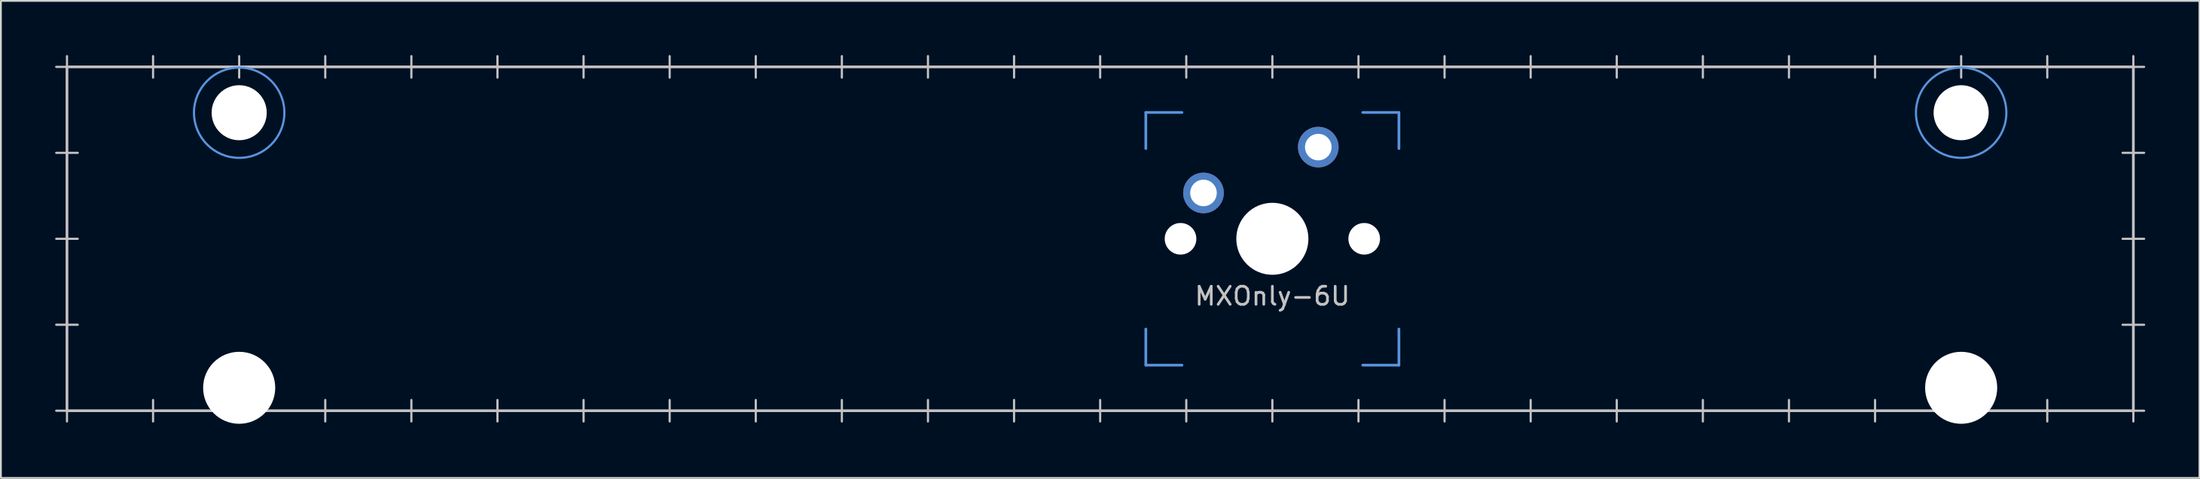
<source format=kicad_pcb>
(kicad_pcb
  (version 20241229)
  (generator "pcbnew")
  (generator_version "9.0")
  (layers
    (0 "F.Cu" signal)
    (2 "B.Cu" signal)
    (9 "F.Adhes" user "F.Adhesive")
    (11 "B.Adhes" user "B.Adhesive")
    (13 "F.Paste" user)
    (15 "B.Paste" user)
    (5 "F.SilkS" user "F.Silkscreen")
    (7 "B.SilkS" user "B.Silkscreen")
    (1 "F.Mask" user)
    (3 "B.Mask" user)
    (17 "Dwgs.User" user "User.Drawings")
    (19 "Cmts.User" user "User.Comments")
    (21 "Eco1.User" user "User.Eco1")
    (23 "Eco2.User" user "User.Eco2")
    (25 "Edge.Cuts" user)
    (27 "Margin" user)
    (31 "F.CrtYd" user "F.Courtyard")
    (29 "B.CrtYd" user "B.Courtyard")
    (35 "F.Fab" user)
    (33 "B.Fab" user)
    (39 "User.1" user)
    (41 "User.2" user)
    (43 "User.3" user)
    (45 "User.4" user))
  (footprint "MXOnly-6U"
    (layer "F.Cu")
    (at 57.805 10.18)
    (property "Reference" "MXOnly-6U" (at 9.525 3.175 0) (layer "Dwgs.User") (effects (font (size 1 1) (thickness 0.15))))
    (attr through_hole)
    (fp_line (start -57.745 -9.525) (end -57.15 -9.525) (stroke (width 0.12) (type solid)) (layer "Dwgs.User"))
    (fp_line (start -57.745 -0.000008) (end -56.555 -0.000008) (stroke (width 0.12) (type solid)) (layer "Dwgs.User"))
    (fp_line (start -57.745 4.762) (end -56.555 4.762) (stroke (width 0.12) (type solid)) (layer "Dwgs.User"))
    (fp_line (start -57.745 9.525) (end -57.15 9.525) (stroke (width 0.12) (type solid)) (layer "Dwgs.User"))
    (fp_line (start -57.15 10.12) (end -57.15 9.525) (stroke (width 0.12) (type solid)) (layer "Dwgs.User"))
    (fp_line (start -57.15 -10.12) (end -57.15 -9.525) (stroke (width 0.12) (type solid)) (layer "Dwgs.User"))
    (fp_line (start -57.15 -9.525) (end 57.15 -9.525) (stroke (width 0.15) (type solid)) (layer "Dwgs.User"))
    (fp_line (start -57.15 9.525) (end -57.15 -9.525) (stroke (width 0.15) (type solid)) (layer "Dwgs.User"))
    (fp_line (start -57.15 9.525) (end 57.15 9.525) (stroke (width 0.15) (type solid)) (layer "Dwgs.User"))
    (fp_line (start -56.555 -4.763) (end -57.745 -4.763) (stroke (width 0.12) (type solid)) (layer "Dwgs.User"))
    (fp_line (start -52.388 8.93) (end -52.388 10.12) (stroke (width 0.12) (type solid)) (layer "Dwgs.User"))
    (fp_line (start -52.388 -10.12) (end -52.388 -8.93) (stroke (width 0.12) (type solid)) (layer "Dwgs.User"))
    (fp_line (start -47.625 8.93) (end -47.625 10.12) (stroke (width 0.12) (type solid)) (layer "Dwgs.User"))
    (fp_line (start -47.625 -10.12) (end -47.625 -8.93) (stroke (width 0.12) (type solid)) (layer "Dwgs.User"))
    (fp_line (start -42.863 10.12) (end -42.863 8.93) (stroke (width 0.12) (type solid)) (layer "Dwgs.User"))
    (fp_line (start -42.863 -8.93) (end -42.863 -10.12) (stroke (width 0.12) (type solid)) (layer "Dwgs.User"))
    (fp_line (start -38.1 8.93) (end -38.1 10.12) (stroke (width 0.12) (type solid)) (layer "Dwgs.User"))
    (fp_line (start -38.1 -10.12) (end -38.1 -8.93) (stroke (width 0.12) (type solid)) (layer "Dwgs.User"))
    (fp_line (start -33.338 10.12) (end -33.338 8.93) (stroke (width 0.12) (type solid)) (layer "Dwgs.User"))
    (fp_line (start -33.338 -8.93) (end -33.338 -10.12) (stroke (width 0.12) (type solid)) (layer "Dwgs.User"))
    (fp_line (start -28.575 8.93) (end -28.575 10.12) (stroke (width 0.12) (type solid)) (layer "Dwgs.User"))
    (fp_line (start -28.575 -10.12) (end -28.575 -8.93) (stroke (width 0.12) (type solid)) (layer "Dwgs.User"))
    (fp_line (start -23.813 10.12) (end -23.813 8.93) (stroke (width 0.12) (type solid)) (layer "Dwgs.User"))
    (fp_line (start -23.813 -8.93) (end -23.813 -10.12) (stroke (width 0.12) (type solid)) (layer "Dwgs.User"))
    (fp_line (start -19.05 8.93) (end -19.05 10.12) (stroke (width 0.12) (type solid)) (layer "Dwgs.User"))
    (fp_line (start -19.05 -10.12) (end -19.05 -8.93) (stroke (width 0.12) (type solid)) (layer "Dwgs.User"))
    (fp_line (start -14.288 10.12) (end -14.288 8.93) (stroke (width 0.12) (type solid)) (layer "Dwgs.User"))
    (fp_line (start -14.288 -8.93) (end -14.288 -10.12) (stroke (width 0.12) (type solid)) (layer "Dwgs.User"))
    (fp_line (start -9.525 8.93) (end -9.525 10.12) (stroke (width 0.12) (type solid)) (layer "Dwgs.User"))
    (fp_line (start -9.525 -10.12) (end -9.525 -8.93) (stroke (width 0.12) (type solid)) (layer "Dwgs.User"))
    (fp_line (start -4.763 10.12) (end -4.763 8.93) (stroke (width 0.12) (type solid)) (layer "Dwgs.User"))
    (fp_line (start -4.763 -8.93) (end -4.763 -10.12) (stroke (width 0.12) (type solid)) (layer "Dwgs.User"))
    (fp_line (start 0 -8.93) (end 0 -10.12) (stroke (width 0.12) (type solid)) (layer "Dwgs.User"))
    (fp_line (start 0 10.12) (end 0 8.93) (stroke (width 0.12) (type solid)) (layer "Dwgs.User"))
    (fp_line (start 4.763 -10.12) (end 4.763 -8.93) (stroke (width 0.12) (type solid)) (layer "Dwgs.User"))
    (fp_line (start 4.763 8.93) (end 4.763 10.12) (stroke (width 0.12) (type solid)) (layer "Dwgs.User"))
    (fp_line (start 9.525 -8.93) (end 9.525 -10.12) (stroke (width 0.12) (type solid)) (layer "Dwgs.User"))
    (fp_line (start 9.525 10.12) (end 9.525 8.93) (stroke (width 0.12) (type solid)) (layer "Dwgs.User"))
    (fp_line (start 14.288 -10.12) (end 14.288 -8.93) (stroke (width 0.12) (type solid)) (layer "Dwgs.User"))
    (fp_line (start 14.288 8.93) (end 14.288 10.12) (stroke (width 0.12) (type solid)) (layer "Dwgs.User"))
    (fp_line (start 19.05 -8.93) (end 19.05 -10.12) (stroke (width 0.12) (type solid)) (layer "Dwgs.User"))
    (fp_line (start 19.05 10.12) (end 19.05 8.93) (stroke (width 0.12) (type solid)) (layer "Dwgs.User"))
    (fp_line (start 23.813 -10.12) (end 23.813 -8.93) (stroke (width 0.12) (type solid)) (layer "Dwgs.User"))
    (fp_line (start 23.813 8.93) (end 23.813 10.12) (stroke (width 0.12) (type solid)) (layer "Dwgs.User"))
    (fp_line (start 28.575 -8.93) (end 28.575 -10.12) (stroke (width 0.12) (type solid)) (layer "Dwgs.User"))
    (fp_line (start 28.575 10.12) (end 28.575 8.93) (stroke (width 0.12) (type solid)) (layer "Dwgs.User"))
    (fp_line (start 33.338 -10.12) (end 33.338 -8.93) (stroke (width 0.12) (type solid)) (layer "Dwgs.User"))
    (fp_line (start 33.338 8.93) (end 33.338 10.12) (stroke (width 0.12) (type solid)) (layer "Dwgs.User"))
    (fp_line (start 38.1 -8.93) (end 38.1 -10.12) (stroke (width 0.12) (type solid)) (layer "Dwgs.User"))
    (fp_line (start 38.1 10.12) (end 38.1 8.93) (stroke (width 0.12) (type solid)) (layer "Dwgs.User"))
    (fp_line (start 42.863 -10.12) (end 42.863 -8.93) (stroke (width 0.12) (type solid)) (layer "Dwgs.User"))
    (fp_line (start 42.863 8.93) (end 42.863 10.12) (stroke (width 0.12) (type solid)) (layer "Dwgs.User"))
    (fp_line (start 47.625 -8.93) (end 47.625 -10.12) (stroke (width 0.12) (type solid)) (layer "Dwgs.User"))
    (fp_line (start 47.625 10.12) (end 47.625 8.93) (stroke (width 0.12) (type solid)) (layer "Dwgs.User"))
    (fp_line (start 52.388 -10.12) (end 52.388 -8.93) (stroke (width 0.12) (type solid)) (layer "Dwgs.User"))
    (fp_line (start 52.388 8.93) (end 52.388 10.12) (stroke (width 0.12) (type solid)) (layer "Dwgs.User"))
    (fp_line (start 56.555 4.763) (end 57.745 4.763) (stroke (width 0.12) (type solid)) (layer "Dwgs.User"))
    (fp_line (start 57.15 -9.525) (end 57.15 9.525) (stroke (width 0.15) (type solid)) (layer "Dwgs.User"))
    (fp_line (start 57.15 10.12) (end 57.15 9.525) (stroke (width 0.12) (type solid)) (layer "Dwgs.User"))
    (fp_line (start 57.15 -10.12) (end 57.15 -9.525) (stroke (width 0.12) (type solid)) (layer "Dwgs.User"))
    (fp_line (start 57.745 -9.525) (end 57.15 -9.525) (stroke (width 0.12) (type solid)) (layer "Dwgs.User"))
    (fp_line (start 57.745 -4.763) (end 56.555 -4.763) (stroke (width 0.12) (type solid)) (layer "Dwgs.User"))
    (fp_line (start 57.745 0) (end 56.555 0) (stroke (width 0.12) (type solid)) (layer "Dwgs.User"))
    (fp_line (start 57.745 9.525) (end 57.15 9.525) (stroke (width 0.12) (type solid)) (layer "Dwgs.User"))
    (fp_line (start 2.525 -7) (end 2.525 -5) (stroke (width 0.15) (type solid)) (layer "Cmts.User"))
    (fp_line (start 2.525 7) (end 2.525 5) (stroke (width 0.15) (type solid)) (layer "Cmts.User"))
    (fp_line (start 4.525 -7) (end 2.525 -7) (stroke (width 0.15) (type solid)) (layer "Cmts.User"))
    (fp_line (start 4.525 7) (end 2.525 7) (stroke (width 0.15) (type solid)) (layer "Cmts.User"))
    (fp_line (start 14.525 -7) (end 16.525 -7) (stroke (width 0.15) (type solid)) (layer "Cmts.User"))
    (fp_line (start 16.525 -7) (end 16.525 -5) (stroke (width 0.15) (type solid)) (layer "Cmts.User"))
    (fp_line (start 16.525 5) (end 16.525 7) (stroke (width 0.15) (type solid)) (layer "Cmts.User"))
    (fp_line (start 16.525 7) (end 14.525 7) (stroke (width 0.15) (type solid)) (layer "Cmts.User"))
    (fp_circle (center -47.625 -6.985) (end -45.125 -6.985) (stroke (width 0.12) (type solid)) (fill no) (layer "Cmts.User"))
    (fp_circle (center 47.625 -6.985) (end 50.125 -6.985) (stroke (width 0.12) (type solid)) (fill no) (layer "Cmts.User"))
    (pad "" np_thru_hole circle (at -47.625 -6.985) (size 3.048 3.048) (drill 3.048) (layers "*.Cu" "*.Mask"))
    (pad "" np_thru_hole circle (at -47.625 8.255) (size 3.988 3.988) (drill 3.988) (layers "*.Cu" "*.Mask"))
    (pad "" np_thru_hole circle (at 4.445 0 48.1) (size 1.75 1.75) (drill 1.75) (layers "*.Cu" "*.Mask"))
    (pad "" np_thru_hole circle (at 9.525 0) (size 3.988 3.988) (drill 3.988) (layers "*.Cu" "*.Mask"))
    (pad "" np_thru_hole circle (at 14.605 0 48.1) (size 1.75 1.75) (drill 1.75) (layers "*.Cu" "*.Mask"))
    (pad "" np_thru_hole circle (at 47.625 -6.985) (size 3.048 3.048) (drill 3.048) (layers "*.Cu" "*.Mask"))
    (pad "" np_thru_hole circle (at 47.625 8.255) (size 3.988 3.988) (drill 3.988) (layers "*.Cu" "*.Mask"))
    (pad "1" thru_hole circle (at 5.715 -2.54) (size 2.25 2.25) (drill 1.47) (layers "*.Cu" "B.Mask"))
    (pad "2" thru_hole circle (at 12.065 -5.08) (size 2.25 2.25) (drill 1.47) (layers "*.Cu" "B.Mask")))
  (gr_rect
    (start -3 -3)
    (end 118.611 23.429)
    (stroke (width 0.1) (type default))
    (fill no)
    (layer "Edge.Cuts")))
</source>
